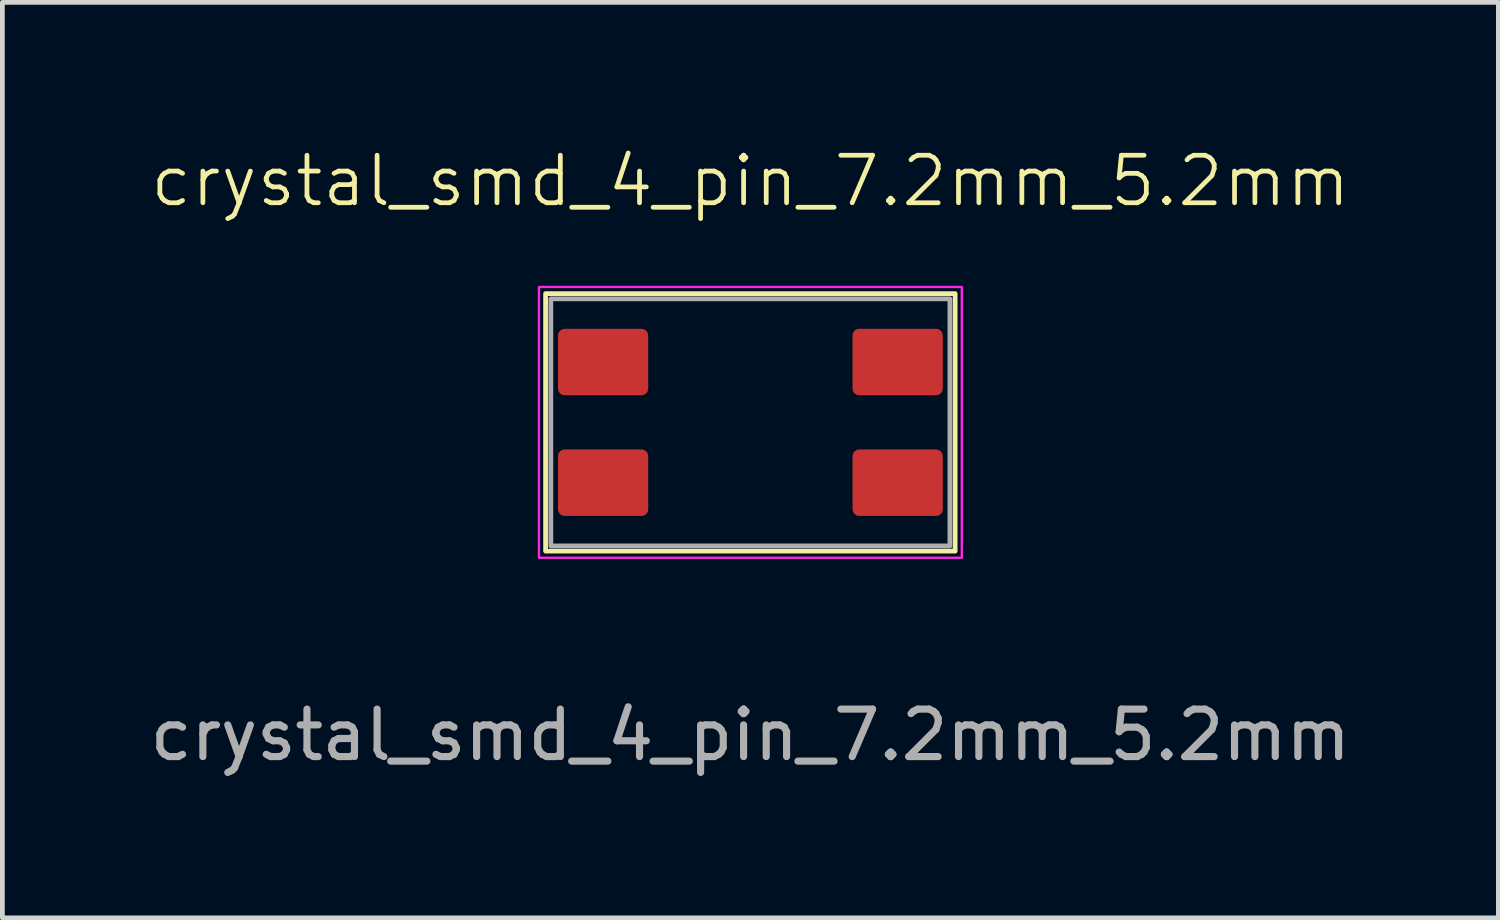
<source format=kicad_pcb>
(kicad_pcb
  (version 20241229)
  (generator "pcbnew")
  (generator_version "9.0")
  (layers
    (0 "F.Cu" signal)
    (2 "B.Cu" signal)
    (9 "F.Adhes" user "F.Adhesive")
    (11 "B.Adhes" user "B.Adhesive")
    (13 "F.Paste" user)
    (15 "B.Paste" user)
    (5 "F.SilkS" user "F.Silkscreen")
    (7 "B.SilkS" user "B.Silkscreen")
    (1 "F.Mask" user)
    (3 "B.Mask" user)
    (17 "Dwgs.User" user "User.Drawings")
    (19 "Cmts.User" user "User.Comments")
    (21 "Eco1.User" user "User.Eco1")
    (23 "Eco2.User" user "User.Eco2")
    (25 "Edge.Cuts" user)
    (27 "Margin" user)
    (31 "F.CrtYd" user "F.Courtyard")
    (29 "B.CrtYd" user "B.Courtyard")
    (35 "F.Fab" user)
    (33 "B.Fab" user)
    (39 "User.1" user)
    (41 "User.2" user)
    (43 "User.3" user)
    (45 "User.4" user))
  (footprint "crystal_smd_4_pin_7.2mm_5.2mm"
    (layer "F.Cu")
    (at 12.744 5.84)
    (property "Reference" "crystal_smd_4_pin_7.2mm_5.2mm" (at 0 -5.08 0) (unlocked yes) (layer "F.SilkS") (effects (font (size 1 1) (thickness 0.1))))
    (attr smd)
    (fp_rect (start -4.31 -2.71) (end 4.31 2.71) (stroke (width 0.1) (type default)) (fill no) (layer "F.SilkS"))
    (fp_rect (start -4.45 -2.85) (end 4.45 2.85) (stroke (width 0.05) (type default)) (fill no) (layer "F.CrtYd"))
    (fp_rect (start -4.2 -2.6) (end 4.2 2.6) (stroke (width 0.1) (type default)) (fill no) (layer "F.Fab"))
    (fp_text user "${REFERENCE}" (at 0 6.58 0) (unlocked yes) (layer "F.Fab") (effects (font (size 1 1) (thickness 0.15))))
    (pad "1" smd roundrect (at 3.1 -1.27) (size 1.9 1.4) (layers "F.Cu" "F.Mask" "F.Paste") (roundrect_rratio 0.1))
    (pad "2" smd roundrect (at 3.1 1.27) (size 1.9 1.4) (layers "F.Cu" "F.Mask" "F.Paste") (roundrect_rratio 0.1))
    (pad "3" smd roundrect (at -3.1 1.27) (size 1.9 1.4) (layers "F.Cu" "F.Mask" "F.Paste") (roundrect_rratio 0.1))
    (pad "4" smd roundrect (at -3.1 -1.27) (size 1.9 1.4) (layers "F.Cu" "F.Mask" "F.Paste") (roundrect_rratio 0.1)))
  (gr_rect
    (start -3 -3)
    (end 28.488 16.269)
    (stroke (width 0.1) (type default))
    (fill no)
    (layer "Edge.Cuts")))
</source>
